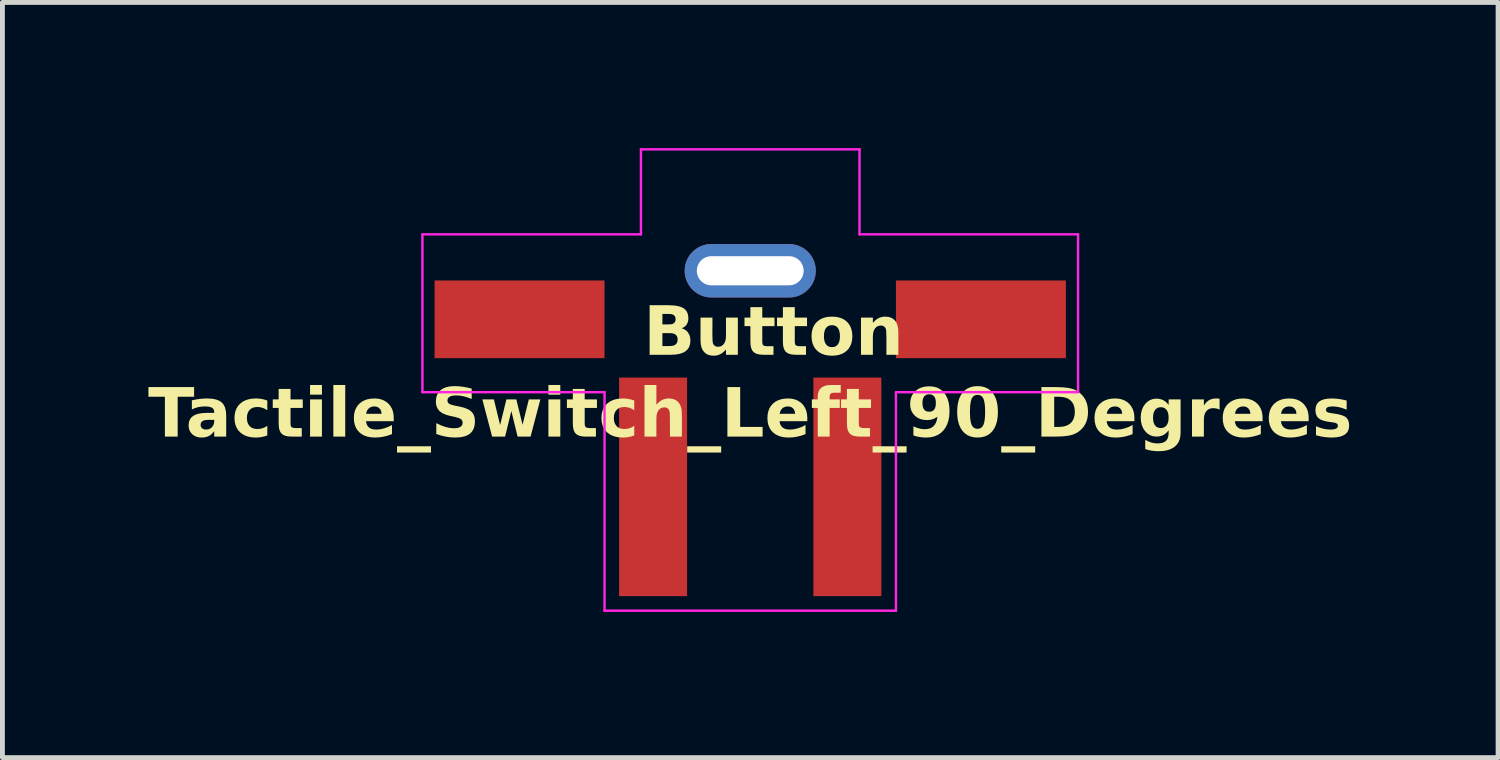
<source format=kicad_pcb>
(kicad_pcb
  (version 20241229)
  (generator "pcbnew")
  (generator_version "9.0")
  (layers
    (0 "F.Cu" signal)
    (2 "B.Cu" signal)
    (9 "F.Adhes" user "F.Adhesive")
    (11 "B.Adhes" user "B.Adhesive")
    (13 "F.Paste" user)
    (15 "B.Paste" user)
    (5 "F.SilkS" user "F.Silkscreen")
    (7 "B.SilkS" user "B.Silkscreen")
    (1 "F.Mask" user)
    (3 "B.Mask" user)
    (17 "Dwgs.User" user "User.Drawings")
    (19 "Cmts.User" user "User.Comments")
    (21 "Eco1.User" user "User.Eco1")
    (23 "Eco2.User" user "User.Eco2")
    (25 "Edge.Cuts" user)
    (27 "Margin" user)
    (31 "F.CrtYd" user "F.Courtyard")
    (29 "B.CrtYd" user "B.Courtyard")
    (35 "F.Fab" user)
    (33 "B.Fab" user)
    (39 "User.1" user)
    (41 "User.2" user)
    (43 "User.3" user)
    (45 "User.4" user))
  (footprint "Tactile_Switch_Left_90_Degrees"
    (layer "F.Cu")
    (at 12.398 5.525)
    (property "Reference" "Tactile_Switch_Left_90_Degrees" (at 0 0 0) (unlocked yes) (layer "F.SilkS") (effects (font (face "Segoe UI This") (size 1 1) (thickness 0.2) (bold yes))))
    (attr smd)
    (fp_line (start -6.75 -3.75) (end -2.25 -3.75) (stroke (width 0.05) (type default)) (layer "F.CrtYd"))
    (fp_line (start -6.75 -0.5) (end -6.75 -3.75) (stroke (width 0.05) (type default)) (layer "F.CrtYd"))
    (fp_line (start -3 -0.5) (end -6.75 -0.5) (stroke (width 0.05) (type default)) (layer "F.CrtYd"))
    (fp_line (start -3 4) (end -3 -0.5) (stroke (width 0.05) (type default)) (layer "F.CrtYd"))
    (fp_line (start -2.25 -5.5) (end 2.25 -5.5) (stroke (width 0.05) (type default)) (layer "F.CrtYd"))
    (fp_line (start -2.25 -3.75) (end -2.25 -5.5) (stroke (width 0.05) (type default)) (layer "F.CrtYd"))
    (fp_line (start 2.25 -5.5) (end 2.25 -3.75) (stroke (width 0.05) (type default)) (layer "F.CrtYd"))
    (fp_line (start 2.25 -3.75) (end 6.75 -3.75) (stroke (width 0.05) (type default)) (layer "F.CrtYd"))
    (fp_line (start 3 -0.5) (end 3 4) (stroke (width 0.05) (type default)) (layer "F.CrtYd"))
    (fp_line (start 3 4) (end -3 4) (stroke (width 0.05) (type default)) (layer "F.CrtYd"))
    (fp_line (start 6.75 -3.75) (end 6.75 -0.5) (stroke (width 0.05) (type default)) (layer "F.CrtYd"))
    (fp_line (start 6.75 -0.5) (end 3 -0.5) (stroke (width 0.05) (type default)) (layer "F.CrtYd"))
    (fp_text user "Button" (at -2.2 -1.1 0) (unlocked yes) (layer "F.SilkS") (effects (font (face "Segoe UI This") (size 1 1) (thickness 0.2) (bold yes)) (justify left bottom)))
    (pad "" smd rect (at -4.75 -2 180) (size 3.5 1.6) (layers "F.Cu" "F.Mask" "F.Paste"))
    (pad "" thru_hole oval (at 0 -3) (size 2.7 1.1) (drill oval 2.2 0.6) (layers "*.Cu" "*.Mask"))
    (pad "" smd rect (at 4.75 -2 180) (size 3.5 1.6) (layers "F.Cu" "F.Mask" "F.Paste"))
    (pad "1" smd rect (at 2 1.45 90) (size 4.5 1.4) (layers "F.Cu" "F.Mask" "F.Paste"))
    (pad "2" smd rect (at -2 1.45 90) (size 4.5 1.4) (layers "F.Cu" "F.Mask" "F.Paste")))
  (gr_rect
    (start -3 -3)
    (end 27.797 12.55)
    (stroke (width 0.1) (type default))
    (fill no)
    (layer "Edge.Cuts")))
</source>
